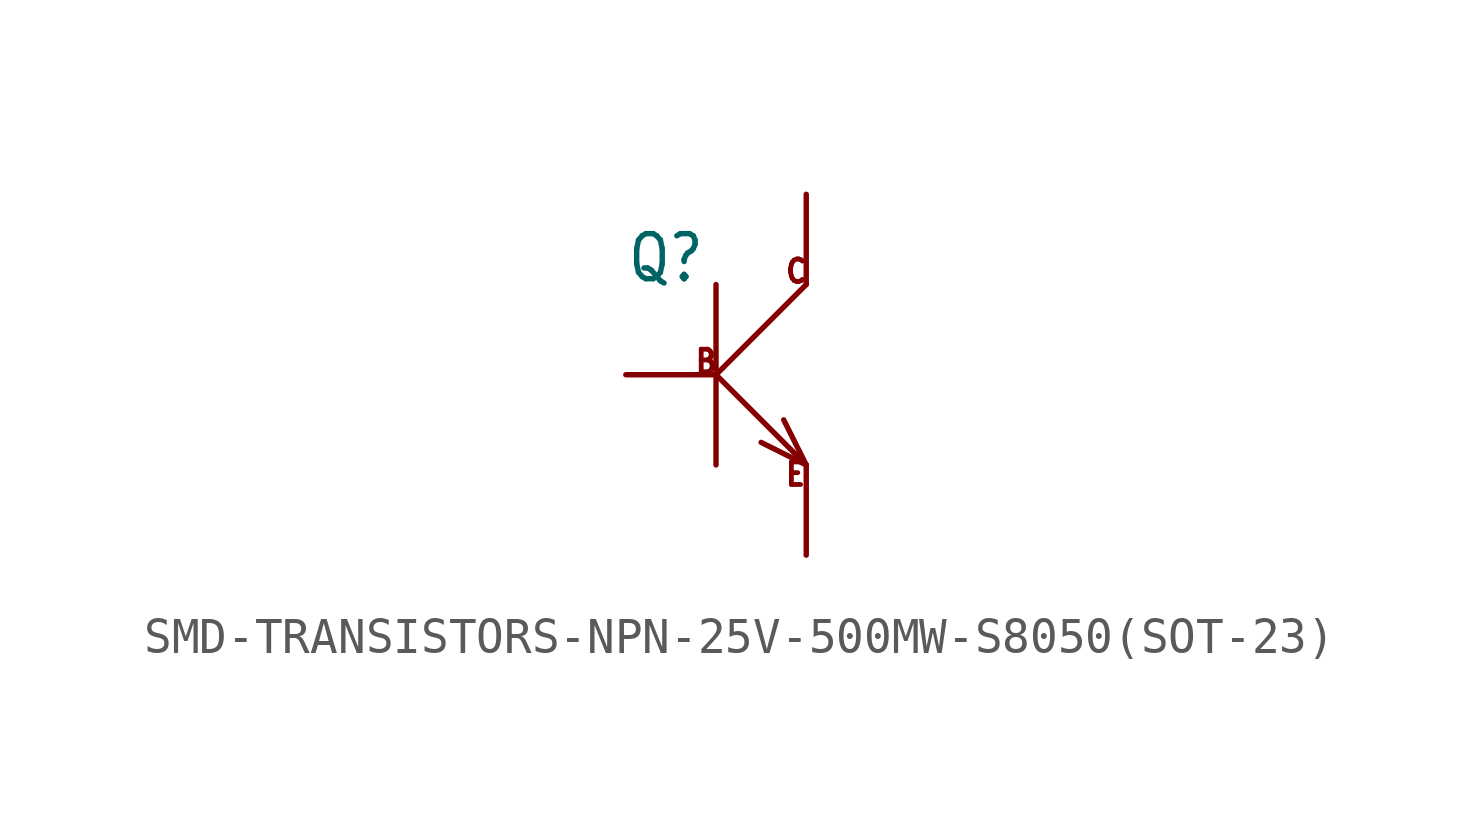
<source format=kicad_sym>
(kicad_symbol_lib
  (version 20231120)
  (generator "kicad_symbol_editor")
  (generator_version "8.0")
  (symbol "SMD-TRANSISTORS-NPN-25V-500MW-S8050(SOT-23)"
    (property "Reference" "Q"
      (at -2.54 2.54 0)
      (effects (font (size 1.27 1.079)) (justify left bottom)))
    (property "Value" ""
      (at 3.81 2.54 0)
      (effects (font (size 1.27 1.079)) (justify left bottom)))
    (property "ki_locked" ""
      (at 0 0 0)
      (effects (font (size 1.27 1.27))))
    (symbol "SMD-TRANSISTORS-NPN-25V-500MW-S8050(SOT-23)_1_0"
      (polyline (pts (xy 0 -2.54) (xy 0 0)) (stroke (width 0.152) (type solid)) (fill (type none)))
      (polyline (pts (xy 0 0) (xy 0 2.54)) (stroke (width 0.152) (type solid)) (fill (type none)))
      (polyline (pts (xy 0 0) (xy 2.54 -2.54)) (stroke (width 0.152) (type solid)) (fill (type none)))
      (polyline (pts (xy 0 0) (xy 2.54 2.54)) (stroke (width 0.152) (type solid)) (fill (type none)))
      (polyline (pts (xy 2.54 -2.54) (xy 1.27 -1.905)) (stroke (width 0.152) (type solid)) (fill (type none)))
      (polyline (pts (xy 2.54 -2.54) (xy 1.905 -1.27)) (stroke (width 0.152) (type solid)) (fill (type none)))
      (text "B" (at -0.635 0 0) (effects (font (size 0.635 0.54)) (justify left bottom)))
      (text "C" (at 1.905 2.54 0) (effects (font (size 0.635 0.54)) (justify left bottom)))
      (text "E" (at 1.905 -3.175 0) (effects (font (size 0.635 0.54)) (justify left bottom)))
      (pin passive line (at -2.54 0 0) (length 2.54) (name "B" (effects (font (size 0 0)))) (number "1" (effects (font (size 0 0)))))
      (pin passive line (at 2.54 -5.08 90) (length 2.54) (name "E" (effects (font (size 0 0)))) (number "2" (effects (font (size 0 0)))))
      (pin passive line (at 2.54 5.08 270) (length 2.54) (name "C" (effects (font (size 0 0)))) (number "3" (effects (font (size 0 0))))))))
</source>
